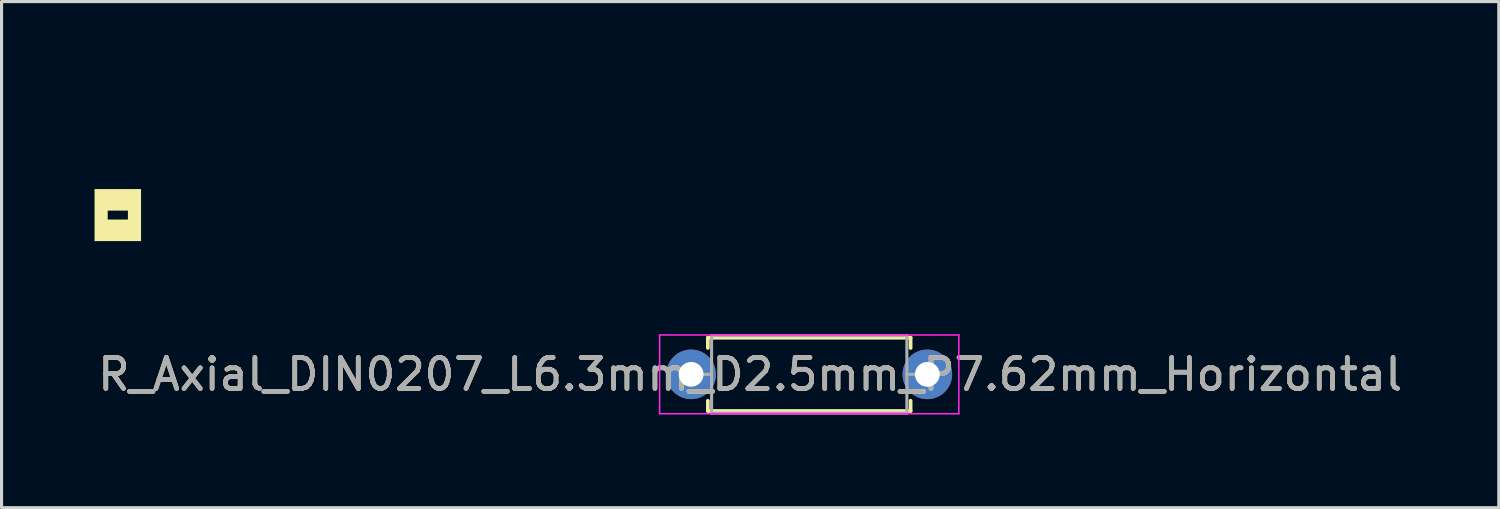
<source format=kicad_pcb>
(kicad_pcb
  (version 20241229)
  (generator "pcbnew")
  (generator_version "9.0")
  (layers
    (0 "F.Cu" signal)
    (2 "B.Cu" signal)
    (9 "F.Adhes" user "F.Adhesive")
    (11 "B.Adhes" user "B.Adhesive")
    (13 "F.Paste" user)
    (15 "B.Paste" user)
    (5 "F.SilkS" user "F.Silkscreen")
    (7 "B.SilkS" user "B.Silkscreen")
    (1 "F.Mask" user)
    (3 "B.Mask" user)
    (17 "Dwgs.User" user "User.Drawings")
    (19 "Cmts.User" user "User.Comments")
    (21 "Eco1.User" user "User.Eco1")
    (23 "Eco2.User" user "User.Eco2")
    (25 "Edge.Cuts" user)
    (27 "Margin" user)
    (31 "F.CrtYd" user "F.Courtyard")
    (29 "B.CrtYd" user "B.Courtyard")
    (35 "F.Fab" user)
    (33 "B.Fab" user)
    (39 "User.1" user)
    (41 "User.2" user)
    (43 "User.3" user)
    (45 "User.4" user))
  (footprint "R_Axial_DIN0207_L6.3mm_D2.5mm_P7.62mm_Horizontal"
    (layer "F.Cu")
    (at 19.244 9.026)
    (property "Reference" "R_Axial_DIN0207_L6.3mm_D2.5mm_P7.62mm_Horizontal" (at 1.905 0 0) (layer "F.SilkS") (effects (font (size 1 1) (thickness 0.15))))
    (attr through_hole)
    (fp_line (start 0.54 -1.181) (end 7.08 -1.181) (stroke (width 0.12) (type solid)) (layer "F.SilkS"))
    (fp_line (start 0.54 -0.851) (end 0.54 -1.181) (stroke (width 0.12) (type solid)) (layer "F.SilkS"))
    (fp_line (start 0.54 0.851) (end 0.54 1.181) (stroke (width 0.12) (type solid)) (layer "F.SilkS"))
    (fp_line (start 0.54 1.181) (end 7.08 1.181) (stroke (width 0.12) (type solid)) (layer "F.SilkS"))
    (fp_line (start 7.08 -1.181) (end 7.08 -0.851) (stroke (width 0.12) (type solid)) (layer "F.SilkS"))
    (fp_line (start 7.08 1.181) (end 7.08 0.851) (stroke (width 0.12) (type solid)) (layer "F.SilkS"))
    (fp_line (start -1.016 -1.27) (end -1.016 1.27) (stroke (width 0.05) (type solid)) (layer "F.CrtYd"))
    (fp_line (start -1.016 1.27) (end 8.636 1.27) (stroke (width 0.05) (type solid)) (layer "F.CrtYd"))
    (fp_line (start 8.636 -1.27) (end -1.016 -1.27) (stroke (width 0.05) (type solid)) (layer "F.CrtYd"))
    (fp_line (start 8.636 1.27) (end 8.636 -1.27) (stroke (width 0.05) (type solid)) (layer "F.CrtYd"))
    (fp_line (start 0 0) (end 0.66 0) (stroke (width 0.1) (type solid)) (layer "F.Fab"))
    (fp_line (start 0.66 -1.25) (end 0.66 1.25) (stroke (width 0.1) (type solid)) (layer "F.Fab"))
    (fp_line (start 0.66 1.25) (end 6.96 1.25) (stroke (width 0.1) (type solid)) (layer "F.Fab"))
    (fp_line (start 6.96 -1.25) (end 0.66 -1.25) (stroke (width 0.1) (type solid)) (layer "F.Fab"))
    (fp_line (start 6.96 1.25) (end 6.96 -1.25) (stroke (width 0.1) (type solid)) (layer "F.Fab"))
    (fp_line (start 7.62 0) (end 6.96 0) (stroke (width 0.1) (type solid)) (layer "F.Fab"))
    (fp_text user "${REFERENCE}" (at 1.905 0 0) (layer "F.Fab") (effects (font (size 1 1) (thickness 0.15))))
    (pad "1" thru_hole circle (at 0 0) (size 1.6 1.6) (drill 0.8) (layers "*.Cu" "*.Mask"))
    (pad "2" thru_hole oval (at 7.62 0) (size 1.6 1.6) (drill 0.8) (layers "*.Cu" "*.Mask")))
  (footprint "kibuzzard-64612FED"
    (layer "F.Cu")
    (at 0.75 3.888)
    (property "Reference" "kibuzzard-64612FED" (at 0 -3.887 0) (layer "F.SilkS") (effects (font (size 0.001 0.001) (thickness 0.15))))
    (attr board_only exclude_from_pos_files exclude_from_bom)
    (fp_poly (pts (xy -0.452 -0.839) (xy -0.75 -0.839) (xy -0.75 0.839) (xy -0.452 0.839) (xy 0.326 0.839) (xy 0.326 0.144) (xy -0.326 0.144) (xy -0.326 -0.144) (xy 0.326 -0.144) (xy 0.326 0.144) (xy 0.326 0.839) (xy 0.452 0.839) (xy 0.75 0.839) (xy 0.75 -0.839) (xy 0.452 -0.839) (xy -0.452 -0.839)) (stroke (width 0) (type solid)) (fill yes) (layer "F.SilkS")))
  (gr_rect
    (start -3 -3)
    (end 45.298 13.326)
    (stroke (width 0.1) (type default))
    (fill no)
    (layer "Edge.Cuts")))
</source>
